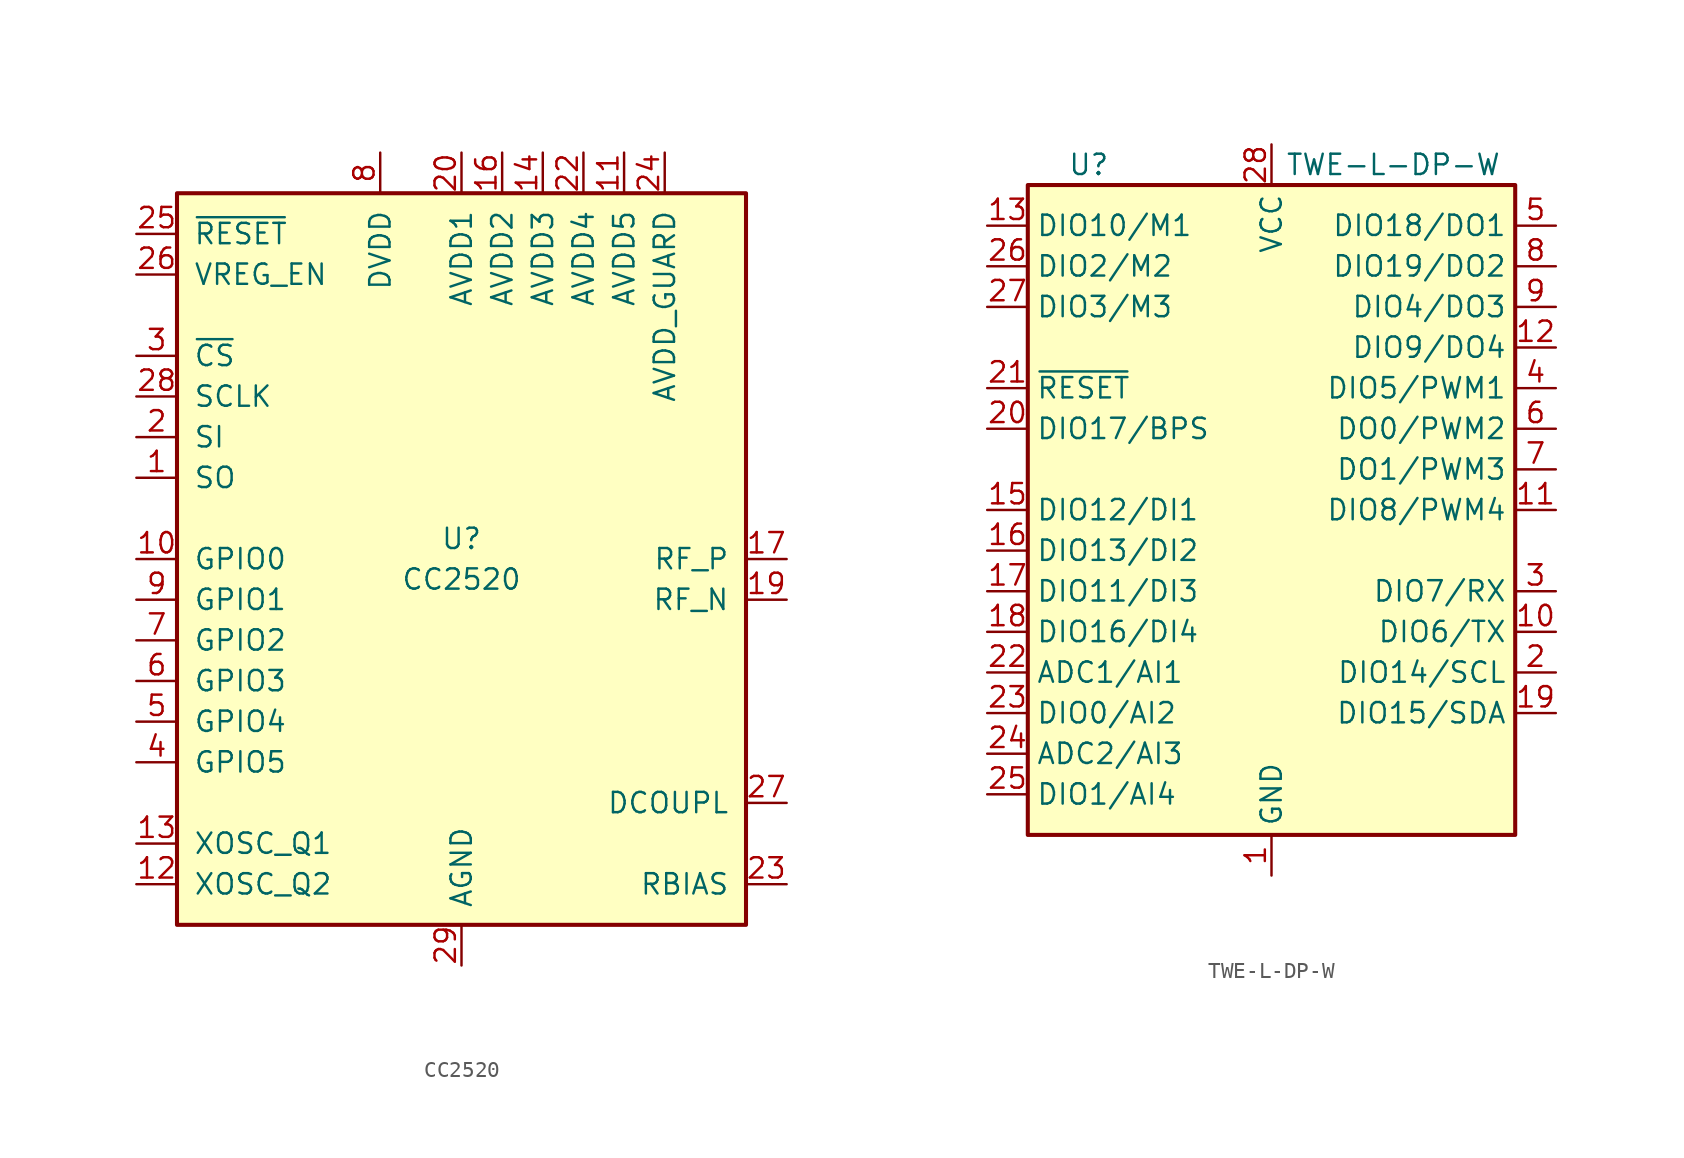
<source format=kicad_sym>
(kicad_symbol_lib
  (version 20201005)
  (generator kicad_symbol_editor)
  (symbol "CC2520"
    (pin_names
      (offset 1.016))
    (property "Reference" "U"
      (at 0 1.27 0)
      (effects (font (size 1.27 1.27))))
    (property "Value" "CC2520"
      (at 0 -1.27 0)
      (effects (font (size 1.27 1.27))))
    (symbol "CC2520_0_1"
      (rectangle (start -17.78 22.86) (end 17.78 -22.86) (stroke (width 0.254)) (fill (type background))))
    (symbol "CC2520_1_1"
      (pin output line (at -20.32 5.08 0) (length 2.54) (name "SO" (effects (font (size 1.27 1.27)))) (number "1" (effects (font (size 1.27 1.27)))))
      (pin bidirectional line (at -20.32 0 0) (length 2.54) (name "GPIO0" (effects (font (size 1.27 1.27)))) (number "10" (effects (font (size 1.27 1.27)))))
      (pin power_in line (at 10.16 25.4 270) (length 2.54) (name "AVDD5" (effects (font (size 1.27 1.27)))) (number "11" (effects (font (size 1.27 1.27)))))
      (pin passive line (at -20.32 -20.32 0) (length 2.54) (name "XOSC_Q2" (effects (font (size 1.27 1.27)))) (number "12" (effects (font (size 1.27 1.27)))))
      (pin passive line (at -20.32 -17.78 0) (length 2.54) (name "XOSC_Q1" (effects (font (size 1.27 1.27)))) (number "13" (effects (font (size 1.27 1.27)))))
      (pin power_in line (at 5.08 25.4 270) (length 2.54) (name "AVDD3" (effects (font (size 1.27 1.27)))) (number "14" (effects (font (size 1.27 1.27)))))
      (pin no_connect line (at 2.54 -22.86 90) (length 2.54) hide (name "NC" (effects (font (size 1.27 1.27)))) (number "15" (effects (font (size 1.27 1.27)))))
      (pin power_in line (at 2.54 25.4 270) (length 2.54) (name "AVDD2" (effects (font (size 1.27 1.27)))) (number "16" (effects (font (size 1.27 1.27)))))
      (pin passive line (at 20.32 0 180) (length 2.54) (name "RF_P" (effects (font (size 1.27 1.27)))) (number "17" (effects (font (size 1.27 1.27)))))
      (pin passive line (at 20.32 -2.54 180) (length 2.54) (name "RF_N" (effects (font (size 1.27 1.27)))) (number "19" (effects (font (size 1.27 1.27)))))
      (pin input line (at -20.32 7.62 0) (length 2.54) (name "SI" (effects (font (size 1.27 1.27)))) (number "2" (effects (font (size 1.27 1.27)))))
      (pin power_in line (at 0 25.4 270) (length 2.54) (name "AVDD1" (effects (font (size 1.27 1.27)))) (number "20" (effects (font (size 1.27 1.27)))))
      (pin no_connect line (at 5.08 -22.86 90) (length 2.54) hide (name "NC" (effects (font (size 1.27 1.27)))) (number "21" (effects (font (size 1.27 1.27)))))
      (pin power_in line (at 7.62 25.4 270) (length 2.54) (name "AVDD4" (effects (font (size 1.27 1.27)))) (number "22" (effects (font (size 1.27 1.27)))))
      (pin passive line (at 20.32 -20.32 180) (length 2.54) (name "RBIAS" (effects (font (size 1.27 1.27)))) (number "23" (effects (font (size 1.27 1.27)))))
      (pin power_in line (at 12.7 25.4 270) (length 2.54) (name "AVDD_GUARD" (effects (font (size 1.27 1.27)))) (number "24" (effects (font (size 1.27 1.27)))))
      (pin input line (at -20.32 20.32 0) (length 2.54) (name "~RESET" (effects (font (size 1.27 1.27)))) (number "25" (effects (font (size 1.27 1.27)))))
      (pin input line (at -20.32 17.78 0) (length 2.54) (name "VREG_EN" (effects (font (size 1.27 1.27)))) (number "26" (effects (font (size 1.27 1.27)))))
      (pin passive line (at 20.32 -15.24 180) (length 2.54) (name "DCOUPL" (effects (font (size 1.27 1.27)))) (number "27" (effects (font (size 1.27 1.27)))))
      (pin input line (at -20.32 10.16 0) (length 2.54) (name "SCLK" (effects (font (size 1.27 1.27)))) (number "28" (effects (font (size 1.27 1.27)))))
      (pin power_in line (at 0 -25.4 90) (length 2.54) (name "AGND" (effects (font (size 1.27 1.27)))) (number "29" (effects (font (size 1.27 1.27)))))
      (pin input line (at -20.32 12.7 0) (length 2.54) (name "~CS" (effects (font (size 1.27 1.27)))) (number "3" (effects (font (size 1.27 1.27)))))
      (pin bidirectional line (at -20.32 -12.7 0) (length 2.54) (name "GPIO5" (effects (font (size 1.27 1.27)))) (number "4" (effects (font (size 1.27 1.27)))))
      (pin bidirectional line (at -20.32 -10.16 0) (length 2.54) (name "GPIO4" (effects (font (size 1.27 1.27)))) (number "5" (effects (font (size 1.27 1.27)))))
      (pin bidirectional line (at -20.32 -7.62 0) (length 2.54) (name "GPIO3" (effects (font (size 1.27 1.27)))) (number "6" (effects (font (size 1.27 1.27)))))
      (pin bidirectional line (at -20.32 -5.08 0) (length 2.54) (name "GPIO2" (effects (font (size 1.27 1.27)))) (number "7" (effects (font (size 1.27 1.27)))))
      (pin power_in line (at -5.08 25.4 270) (length 2.54) (name "DVDD" (effects (font (size 1.27 1.27)))) (number "8" (effects (font (size 1.27 1.27)))))
      (pin bidirectional line (at -20.32 -2.54 0) (length 2.54) (name "GPIO1" (effects (font (size 1.27 1.27)))) (number "9" (effects (font (size 1.27 1.27)))))))
  (symbol "TWE-L-DP-W"
    (property "Reference" "U"
      (at -11.43 21.59 0)
      (effects (font (size 1.27 1.27))))
    (property "Value" "TWE-L-DP-W"
      (at 7.62 21.59 0)
      (effects (font (size 1.27 1.27))))
    (symbol "TWE-L-DP-W_1_0"
      (rectangle (start -15.24 -20.32) (end 15.24 20.32) (stroke (width 0.254)) (fill (type background))))
    (symbol "TWE-L-DP-W_1_1"
      (pin power_in line (at 0 -22.86 90) (length 2.54) (name "GND" (effects (font (size 1.27 1.27)))) (number "1" (effects (font (size 1.27 1.27)))))
      (pin bidirectional line (at 17.78 -7.62 180) (length 2.54) (name "DIO6/TX" (effects (font (size 1.27 1.27)))) (number "10" (effects (font (size 1.27 1.27)))))
      (pin bidirectional line (at 17.78 0 180) (length 2.54) (name "DIO8/PWM4" (effects (font (size 1.27 1.27)))) (number "11" (effects (font (size 1.27 1.27)))))
      (pin bidirectional line (at 17.78 10.16 180) (length 2.54) (name "DIO9/DO4" (effects (font (size 1.27 1.27)))) (number "12" (effects (font (size 1.27 1.27)))))
      (pin bidirectional line (at -17.78 17.78 0) (length 2.54) (name "DIO10/M1" (effects (font (size 1.27 1.27)))) (number "13" (effects (font (size 1.27 1.27)))))
      (pin passive line (at 0 -22.86 90) (length 2.54) hide (name "GND" (effects (font (size 1.27 1.27)))) (number "14" (effects (font (size 1.27 1.27)))))
      (pin bidirectional line (at -17.78 0 0) (length 2.54) (name "DIO12/DI1" (effects (font (size 1.27 1.27)))) (number "15" (effects (font (size 1.27 1.27)))))
      (pin bidirectional line (at -17.78 -2.54 0) (length 2.54) (name "DIO13/DI2" (effects (font (size 1.27 1.27)))) (number "16" (effects (font (size 1.27 1.27)))))
      (pin bidirectional line (at -17.78 -5.08 0) (length 2.54) (name "DIO11/DI3" (effects (font (size 1.27 1.27)))) (number "17" (effects (font (size 1.27 1.27)))))
      (pin bidirectional line (at -17.78 -7.62 0) (length 2.54) (name "DIO16/DI4" (effects (font (size 1.27 1.27)))) (number "18" (effects (font (size 1.27 1.27)))))
      (pin bidirectional line (at 17.78 -12.7 180) (length 2.54) (name "DIO15/SDA" (effects (font (size 1.27 1.27)))) (number "19" (effects (font (size 1.27 1.27)))))
      (pin bidirectional line (at 17.78 -10.16 180) (length 2.54) (name "DIO14/SCL" (effects (font (size 1.27 1.27)))) (number "2" (effects (font (size 1.27 1.27)))))
      (pin bidirectional line (at -17.78 5.08 0) (length 2.54) (name "DIO17/BPS" (effects (font (size 1.27 1.27)))) (number "20" (effects (font (size 1.27 1.27)))))
      (pin input line (at -17.78 7.62 0) (length 2.54) (name "~RESET" (effects (font (size 1.27 1.27)))) (number "21" (effects (font (size 1.27 1.27)))))
      (pin input line (at -17.78 -10.16 0) (length 2.54) (name "ADC1/AI1" (effects (font (size 1.27 1.27)))) (number "22" (effects (font (size 1.27 1.27)))))
      (pin bidirectional line (at -17.78 -12.7 0) (length 2.54) (name "DIO0/AI2" (effects (font (size 1.27 1.27)))) (number "23" (effects (font (size 1.27 1.27)))))
      (pin input line (at -17.78 -15.24 0) (length 2.54) (name "ADC2/AI3" (effects (font (size 1.27 1.27)))) (number "24" (effects (font (size 1.27 1.27)))))
      (pin bidirectional line (at -17.78 -17.78 0) (length 2.54) (name "DIO1/AI4" (effects (font (size 1.27 1.27)))) (number "25" (effects (font (size 1.27 1.27)))))
      (pin bidirectional line (at -17.78 15.24 0) (length 2.54) (name "DIO2/M2" (effects (font (size 1.27 1.27)))) (number "26" (effects (font (size 1.27 1.27)))))
      (pin bidirectional line (at -17.78 12.7 0) (length 2.54) (name "DIO3/M3" (effects (font (size 1.27 1.27)))) (number "27" (effects (font (size 1.27 1.27)))))
      (pin power_in line (at 0 22.86 270) (length 2.54) (name "VCC" (effects (font (size 1.27 1.27)))) (number "28" (effects (font (size 1.27 1.27)))))
      (pin bidirectional line (at 17.78 -5.08 180) (length 2.54) (name "DIO7/RX" (effects (font (size 1.27 1.27)))) (number "3" (effects (font (size 1.27 1.27)))))
      (pin bidirectional line (at 17.78 7.62 180) (length 2.54) (name "DIO5/PWM1" (effects (font (size 1.27 1.27)))) (number "4" (effects (font (size 1.27 1.27)))))
      (pin bidirectional line (at 17.78 17.78 180) (length 2.54) (name "DIO18/DO1" (effects (font (size 1.27 1.27)))) (number "5" (effects (font (size 1.27 1.27)))))
      (pin output line (at 17.78 5.08 180) (length 2.54) (name "DO0/PWM2" (effects (font (size 1.27 1.27)))) (number "6" (effects (font (size 1.27 1.27)))))
      (pin bidirectional line (at 17.78 2.54 180) (length 2.54) (name "DO1/PWM3" (effects (font (size 1.27 1.27)))) (number "7" (effects (font (size 1.27 1.27)))))
      (pin bidirectional line (at 17.78 15.24 180) (length 2.54) (name "DIO19/DO2" (effects (font (size 1.27 1.27)))) (number "8" (effects (font (size 1.27 1.27)))))
      (pin bidirectional line (at 17.78 12.7 180) (length 2.54) (name "DIO4/DO3" (effects (font (size 1.27 1.27)))) (number "9" (effects (font (size 1.27 1.27))))))))
</source>
